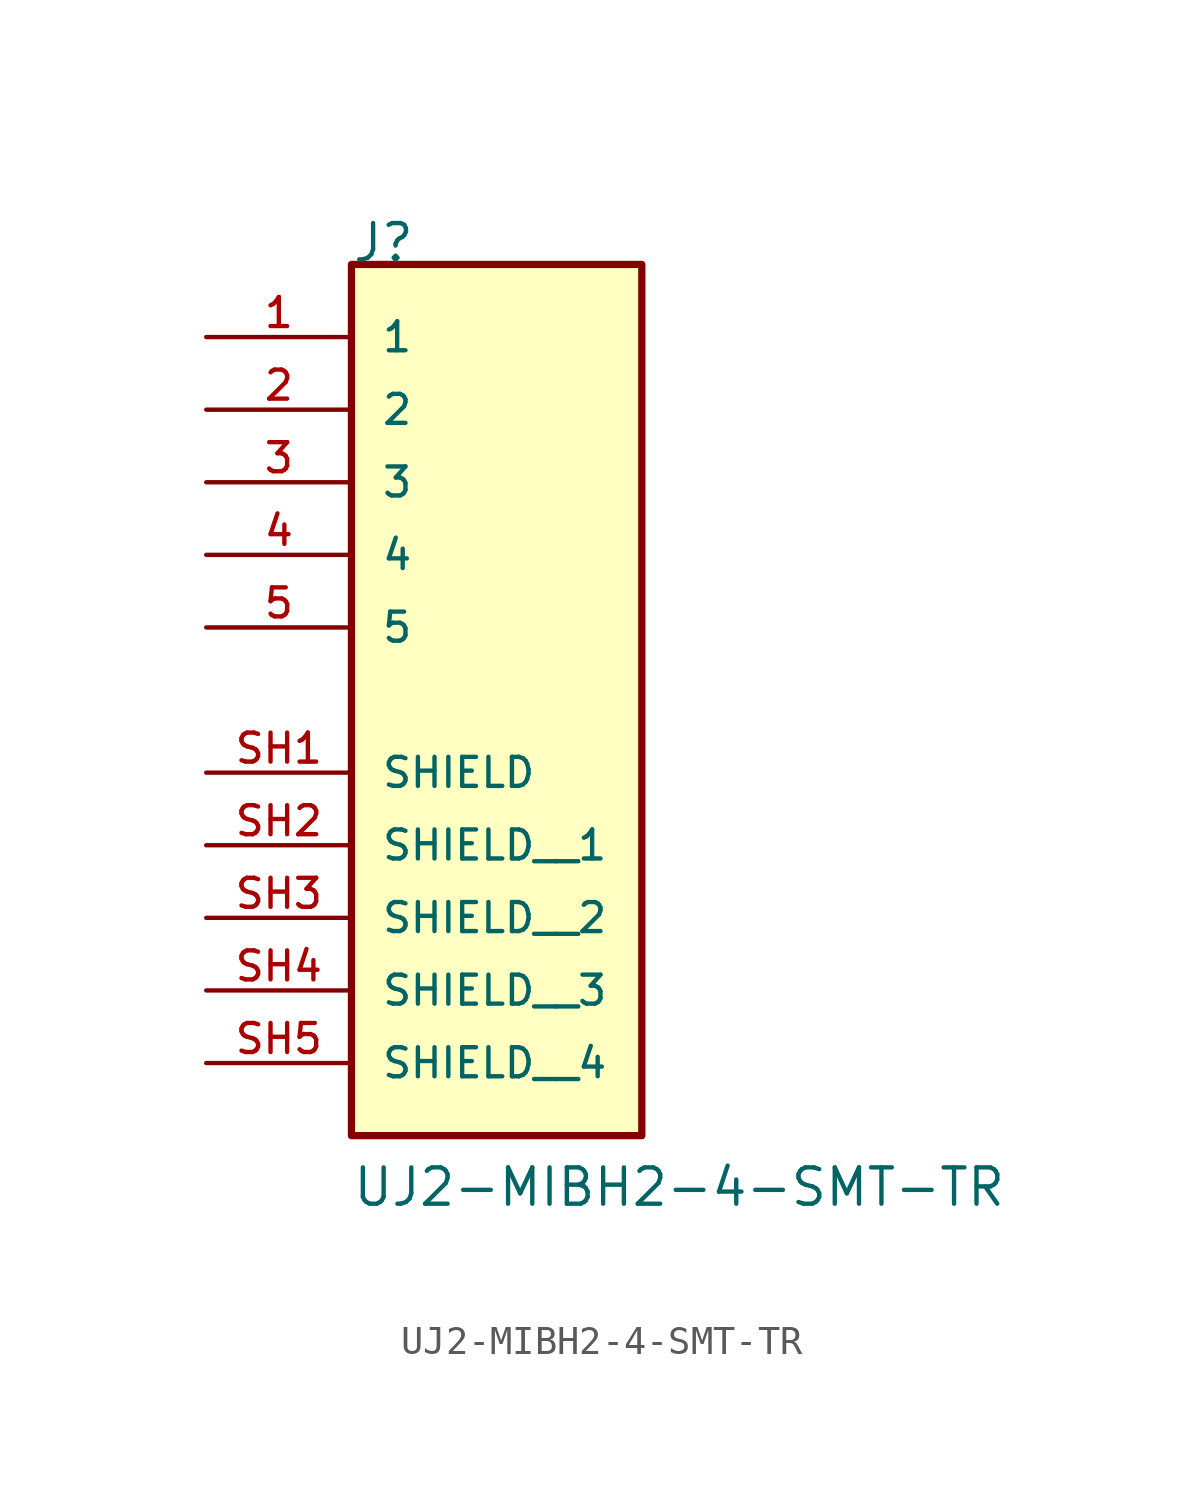
<source format=kicad_sym>
(kicad_symbol_lib
  (version 20211014)
  (generator kicad_symbol_editor)
  (symbol "UJ2-MIBH2-4-SMT-TR"
    (pin_names
      (offset 1.016))
    (property "Reference" "J"
      (at -5.087 10.175 0)
      (effects (font (size 1.27 1.27)) (justify bottom left)))
    (property "Value" "UJ2-MIBH2-4-SMT-TR"
      (at -5.082 -22.864 0)
      (effects (font (size 1.27 1.27)) (justify bottom left)))
    (symbol "UJ2-MIBH2-4-SMT-TR_0_0"
      (rectangle (start -5.08 -20.32) (end 5.08 10.16) (stroke (width 0.254)) (fill (type background)))
      (pin passive line (at -10.16 7.62 0) (length 5.08) (name "1" (effects (font (size 1.016 1.016)))) (number "1" (effects (font (size 1.016 1.016)))))
      (pin passive line (at -10.16 5.08 0) (length 5.08) (name "2" (effects (font (size 1.016 1.016)))) (number "2" (effects (font (size 1.016 1.016)))))
      (pin passive line (at -10.16 2.54 0) (length 5.08) (name "3" (effects (font (size 1.016 1.016)))) (number "3" (effects (font (size 1.016 1.016)))))
      (pin passive line (at -10.16 0.0 0) (length 5.08) (name "4" (effects (font (size 1.016 1.016)))) (number "4" (effects (font (size 1.016 1.016)))))
      (pin passive line (at -10.16 -2.54 0) (length 5.08) (name "5" (effects (font (size 1.016 1.016)))) (number "5" (effects (font (size 1.016 1.016)))))
      (pin passive line (at -10.16 -7.62 0) (length 5.08) (name "SHIELD" (effects (font (size 1.016 1.016)))) (number "SH1" (effects (font (size 1.016 1.016)))))
      (pin passive line (at -10.16 -10.16 0) (length 5.08) (name "SHIELD__1" (effects (font (size 1.016 1.016)))) (number "SH2" (effects (font (size 1.016 1.016)))))
      (pin passive line (at -10.16 -12.7 0) (length 5.08) (name "SHIELD__2" (effects (font (size 1.016 1.016)))) (number "SH3" (effects (font (size 1.016 1.016)))))
      (pin passive line (at -10.16 -15.24 0) (length 5.08) (name "SHIELD__3" (effects (font (size 1.016 1.016)))) (number "SH4" (effects (font (size 1.016 1.016)))))
      (pin passive line (at -10.16 -17.78 0) (length 5.08) (name "SHIELD__4" (effects (font (size 1.016 1.016)))) (number "SH5" (effects (font (size 1.016 1.016))))))))
</source>
